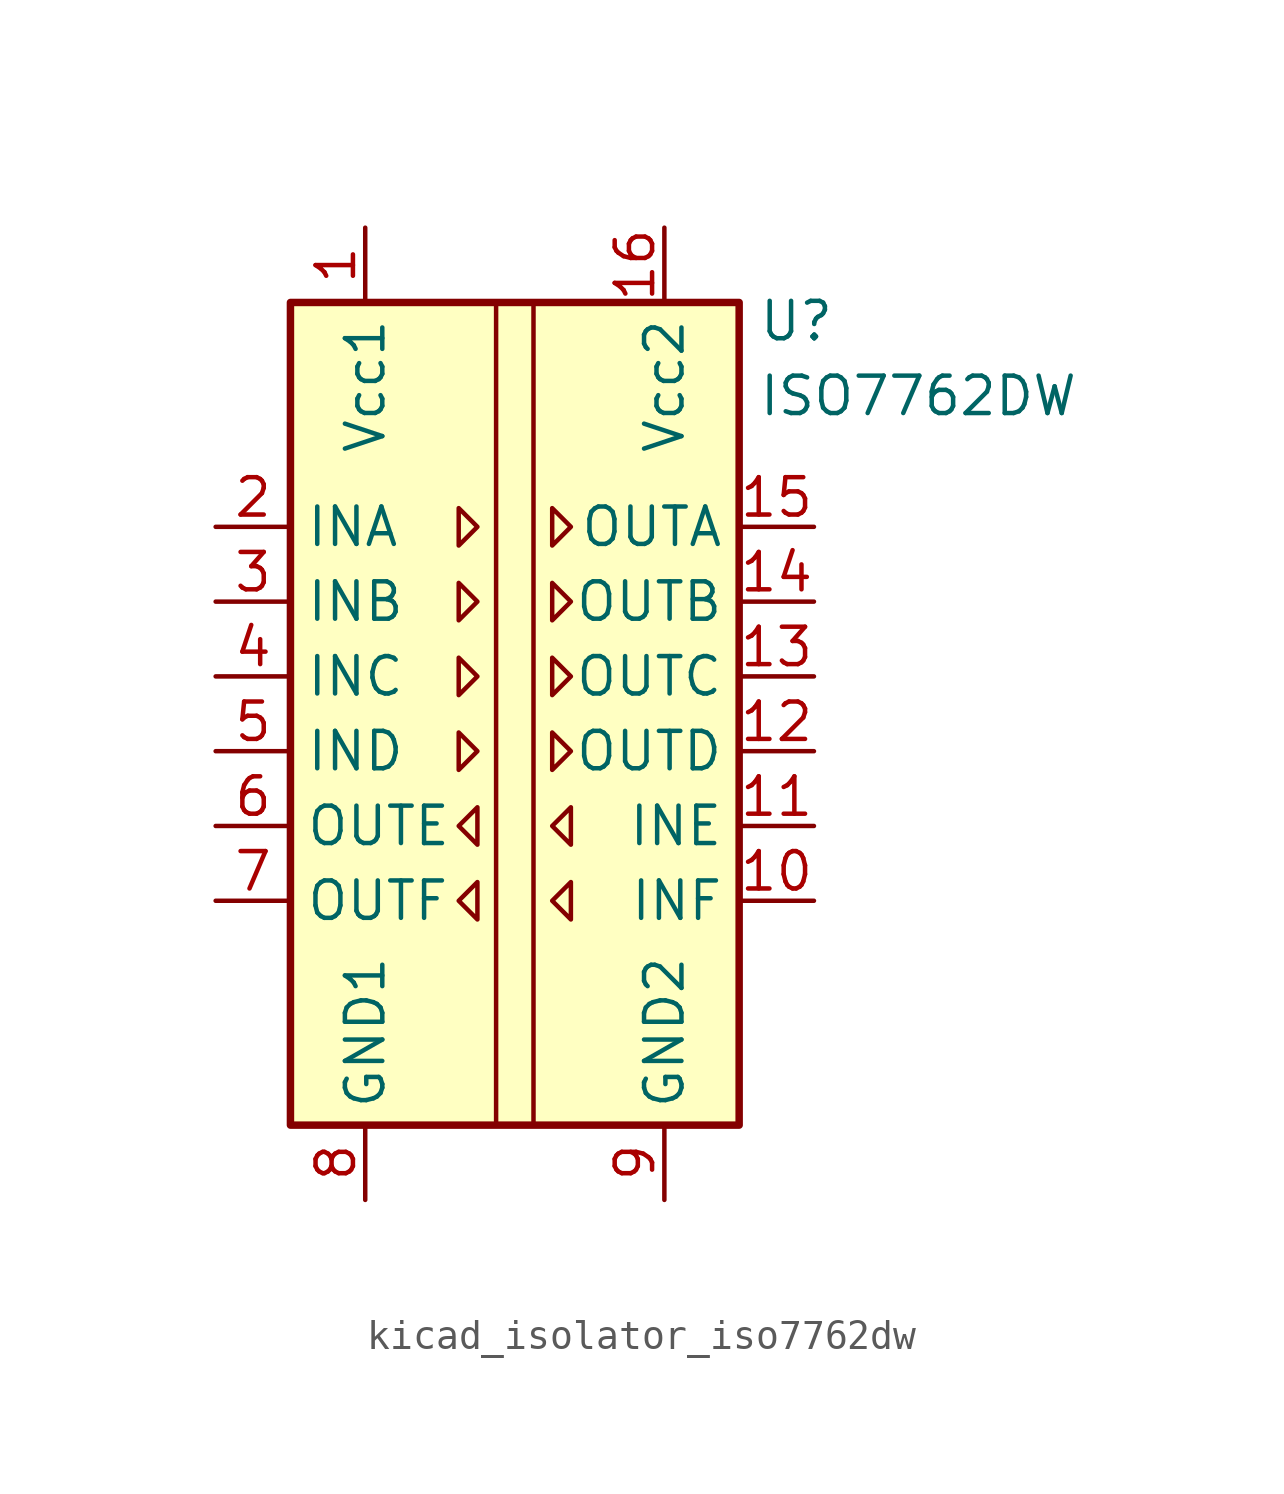
<source format=kicad_sym>
(kicad_symbol_lib
  (version 20220914)
  (generator kicad_symbol_editor)
  (symbol "kicad_isolator_iso7762dw"
    (property "Reference" "U"
      (at 8.255 14.605 0)
      (effects (font (size 1.27 1.27)) (justify left)))
    (property "Value" "ISO7762DW"
      (at 8.255 12.065 0)
      (effects (font (size 1.27 1.27)) (justify left)))
    (symbol "kicad_isolator_iso7762dw_0_1"
      (rectangle (start -7.62 15.24) (end 7.62 -12.7) (stroke (width 0.254) (type default)) (fill (type background)))
      (polyline (pts (xy -0.635 15.24) (xy -0.635 -12.7)) (stroke (width 0) (type default)) (fill (type none)))
      (polyline (pts (xy 0.635 15.24) (xy 0.635 -12.7)) (stroke (width 0) (type default)) (fill (type none)))
      (polyline (pts (xy -1.905 8.255) (xy -1.27 7.62) (xy -1.905 6.985) (xy -1.905 8.255)) (stroke (width 0) (type default)) (fill (type none)))
      (polyline (pts (xy 1.27 8.255) (xy 1.905 7.62) (xy 1.27 6.985) (xy 1.27 8.255)) (stroke (width 0) (type default)) (fill (type none))))
    (symbol "kicad_isolator_iso7762dw_1_1"
      (polyline (pts (xy -1.905 0.635) (xy -1.27 0) (xy -1.905 -0.635) (xy -1.905 0.635)) (stroke (width 0) (type default)) (fill (type none)))
      (polyline (pts (xy -1.905 3.175) (xy -1.27 2.54) (xy -1.905 1.905) (xy -1.905 3.175)) (stroke (width 0) (type default)) (fill (type none)))
      (polyline (pts (xy -1.905 5.715) (xy -1.27 5.08) (xy -1.905 4.445) (xy -1.905 5.715)) (stroke (width 0) (type default)) (fill (type none)))
      (polyline (pts (xy -1.27 -4.445) (xy -1.905 -5.08) (xy -1.27 -5.715) (xy -1.27 -4.445)) (stroke (width 0) (type default)) (fill (type none)))
      (polyline (pts (xy -1.27 -1.905) (xy -1.905 -2.54) (xy -1.27 -3.175) (xy -1.27 -1.905)) (stroke (width 0) (type default)) (fill (type none)))
      (polyline (pts (xy 1.27 0.635) (xy 1.905 0) (xy 1.27 -0.635) (xy 1.27 0.635)) (stroke (width 0) (type default)) (fill (type none)))
      (polyline (pts (xy 1.27 3.175) (xy 1.905 2.54) (xy 1.27 1.905) (xy 1.27 3.175)) (stroke (width 0) (type default)) (fill (type none)))
      (polyline (pts (xy 1.27 5.715) (xy 1.905 5.08) (xy 1.27 4.445) (xy 1.27 5.715)) (stroke (width 0) (type default)) (fill (type none)))
      (polyline (pts (xy 1.905 -4.445) (xy 1.27 -5.08) (xy 1.905 -5.715) (xy 1.905 -4.445)) (stroke (width 0) (type default)) (fill (type none)))
      (polyline (pts (xy 1.905 -1.905) (xy 1.27 -2.54) (xy 1.905 -3.175) (xy 1.905 -1.905)) (stroke (width 0) (type default)) (fill (type none)))
      (pin power_in line (at -5.08 17.78 270) (length 2.54) (name "Vcc1" (effects (font (size 1.27 1.27)))) (number "1" (effects (font (size 1.27 1.27)))))
      (pin input line (at 10.16 -5.08 180) (length 2.54) (name "INF" (effects (font (size 1.27 1.27)))) (number "10" (effects (font (size 1.27 1.27)))))
      (pin input line (at 10.16 -2.54 180) (length 2.54) (name "INE" (effects (font (size 1.27 1.27)))) (number "11" (effects (font (size 1.27 1.27)))))
      (pin output line (at 10.16 0 180) (length 2.54) (name "OUTD" (effects (font (size 1.27 1.27)))) (number "12" (effects (font (size 1.27 1.27)))))
      (pin output line (at 10.16 2.54 180) (length 2.54) (name "OUTC" (effects (font (size 1.27 1.27)))) (number "13" (effects (font (size 1.27 1.27)))))
      (pin output line (at 10.16 5.08 180) (length 2.54) (name "OUTB" (effects (font (size 1.27 1.27)))) (number "14" (effects (font (size 1.27 1.27)))))
      (pin output line (at 10.16 7.62 180) (length 2.54) (name "OUTA" (effects (font (size 1.27 1.27)))) (number "15" (effects (font (size 1.27 1.27)))))
      (pin power_in line (at 5.08 17.78 270) (length 2.54) (name "Vcc2" (effects (font (size 1.27 1.27)))) (number "16" (effects (font (size 1.27 1.27)))))
      (pin input line (at -10.16 7.62 0) (length 2.54) (name "INA" (effects (font (size 1.27 1.27)))) (number "2" (effects (font (size 1.27 1.27)))))
      (pin input line (at -10.16 5.08 0) (length 2.54) (name "INB" (effects (font (size 1.27 1.27)))) (number "3" (effects (font (size 1.27 1.27)))))
      (pin input line (at -10.16 2.54 0) (length 2.54) (name "INC" (effects (font (size 1.27 1.27)))) (number "4" (effects (font (size 1.27 1.27)))))
      (pin input line (at -10.16 0 0) (length 2.54) (name "IND" (effects (font (size 1.27 1.27)))) (number "5" (effects (font (size 1.27 1.27)))))
      (pin output line (at -10.16 -2.54 0) (length 2.54) (name "OUTE" (effects (font (size 1.27 1.27)))) (number "6" (effects (font (size 1.27 1.27)))))
      (pin output line (at -10.16 -5.08 0) (length 2.54) (name "OUTF" (effects (font (size 1.27 1.27)))) (number "7" (effects (font (size 1.27 1.27)))))
      (pin power_in line (at -5.08 -15.24 90) (length 2.54) (name "GND1" (effects (font (size 1.27 1.27)))) (number "8" (effects (font (size 1.27 1.27)))))
      (pin power_in line (at 5.08 -15.24 90) (length 2.54) (name "GND2" (effects (font (size 1.27 1.27)))) (number "9" (effects (font (size 1.27 1.27))))))))
</source>
